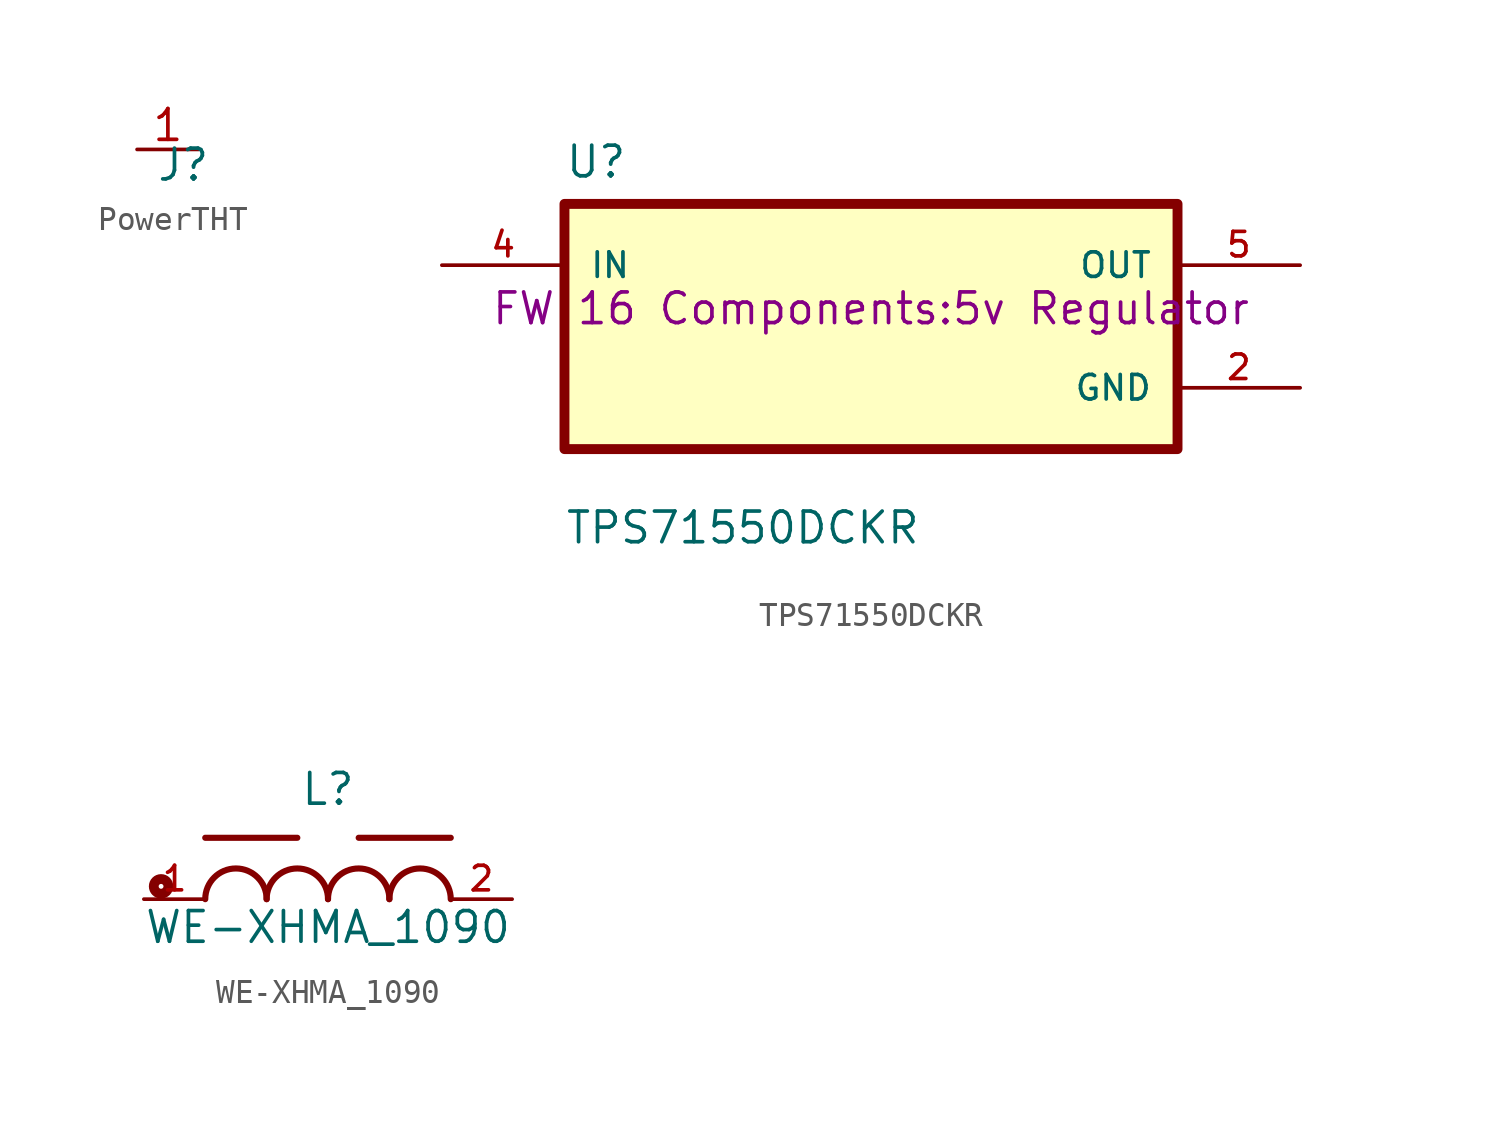
<source format=kicad_sym>
(kicad_symbol_lib
  (version 20231120)
  (generator "kicad_symbol_editor")
  (generator_version "8.0")
  (symbol "PowerTHT"
    (property "Reference" "J"
      (at 0 0 0)
      (effects (font (size 1.27 1.27))))
    (property "Value" ""
      (at 0 0 0)
      (effects (font (size 1.27 1.27))))
    (symbol "PowerTHT_1_1"
      (pin input line (at 0.635 0.635 180) (length 2.54) (name "" (effects (font (size 1.27 1.27)))) (number "1" (effects (font (size 1.27 1.27)))))))
  (symbol "TPS71550DCKR"
    (pin_names
      (offset 1.016))
    (property "Reference" "U"
      (at -12.7 6.08 0)
      (effects (font (size 1.27 1.27)) (justify left bottom)))
    (property "Value" "TPS71550DCKR"
      (at -12.7 -9.08 0)
      (effects (font (size 1.27 1.27)) (justify left bottom)))
    (property "Footprint" "FW 16 Components:5v Regulator"
      (at 0 0 0)
      (effects (font (size 1.27 1.27)) (justify bottom)))
    (symbol "TPS71550DCKR_0_0"
      (rectangle (start -12.7 -5.08) (end 12.7 5.08) (stroke (width 0.41) (type default)) (fill (type background)))
      (pin power_in line (at 17.78 -2.54 180) (length 5.08) (name "GND" (effects (font (size 1.016 1.016)))) (number "2" (effects (font (size 1.016 1.016)))))
      (pin input line (at -17.78 2.54 0) (length 5.08) (name "IN" (effects (font (size 1.016 1.016)))) (number "4" (effects (font (size 1.016 1.016)))))
      (pin output line (at 17.78 2.54 180) (length 5.08) (name "OUT" (effects (font (size 1.016 1.016)))) (number "5" (effects (font (size 1.016 1.016)))))))
  (symbol "WE-XHMA_1090"
    (pin_names
      (offset 1.016))
    (property "Reference" "L"
      (at 0 3.81 0)
      (effects (font (size 1.27 1.27)) (justify bottom)))
    (property "Value" "WE-XHMA_1090"
      (at 0 -1.905 0)
      (effects (font (size 1.27 1.27)) (justify bottom)))
    (symbol "WE-XHMA_1090_0_0"
      (circle (center -6.908 0.53) (radius 0.1) (stroke (width 0.406) (type default)) (fill (type none)))
      (arc (start -2.54 0) (mid -3.81 1.2645) (end -5.08 0) (stroke (width 0.254) (type default)) (fill (type none)))
      (arc (start 0 0) (mid -1.27 1.2645) (end -2.54 0) (stroke (width 0.254) (type default)) (fill (type none)))
      (polyline (pts (xy -5.08 2.54) (xy -1.27 2.54)) (stroke (width 0.254) (type default)) (fill (type none)))
      (polyline (pts (xy 1.27 2.54) (xy 5.08 2.54)) (stroke (width 0.254) (type default)) (fill (type none)))
      (arc (start 2.54 0) (mid 1.27 1.2645) (end 0 0) (stroke (width 0.254) (type default)) (fill (type none)))
      (arc (start 5.08 0) (mid 3.81 1.2645) (end 2.54 0) (stroke (width 0.254) (type default)) (fill (type none)))
      (pin passive line (at -7.62 0 0) (length 2.54) (name "~" (effects (font (size 1.016 1.016)))) (number "1" (effects (font (size 1.016 1.016)))))
      (pin passive line (at 7.62 0 180) (length 2.54) (name "~" (effects (font (size 1.016 1.016)))) (number "2" (effects (font (size 1.016 1.016))))))))
</source>
